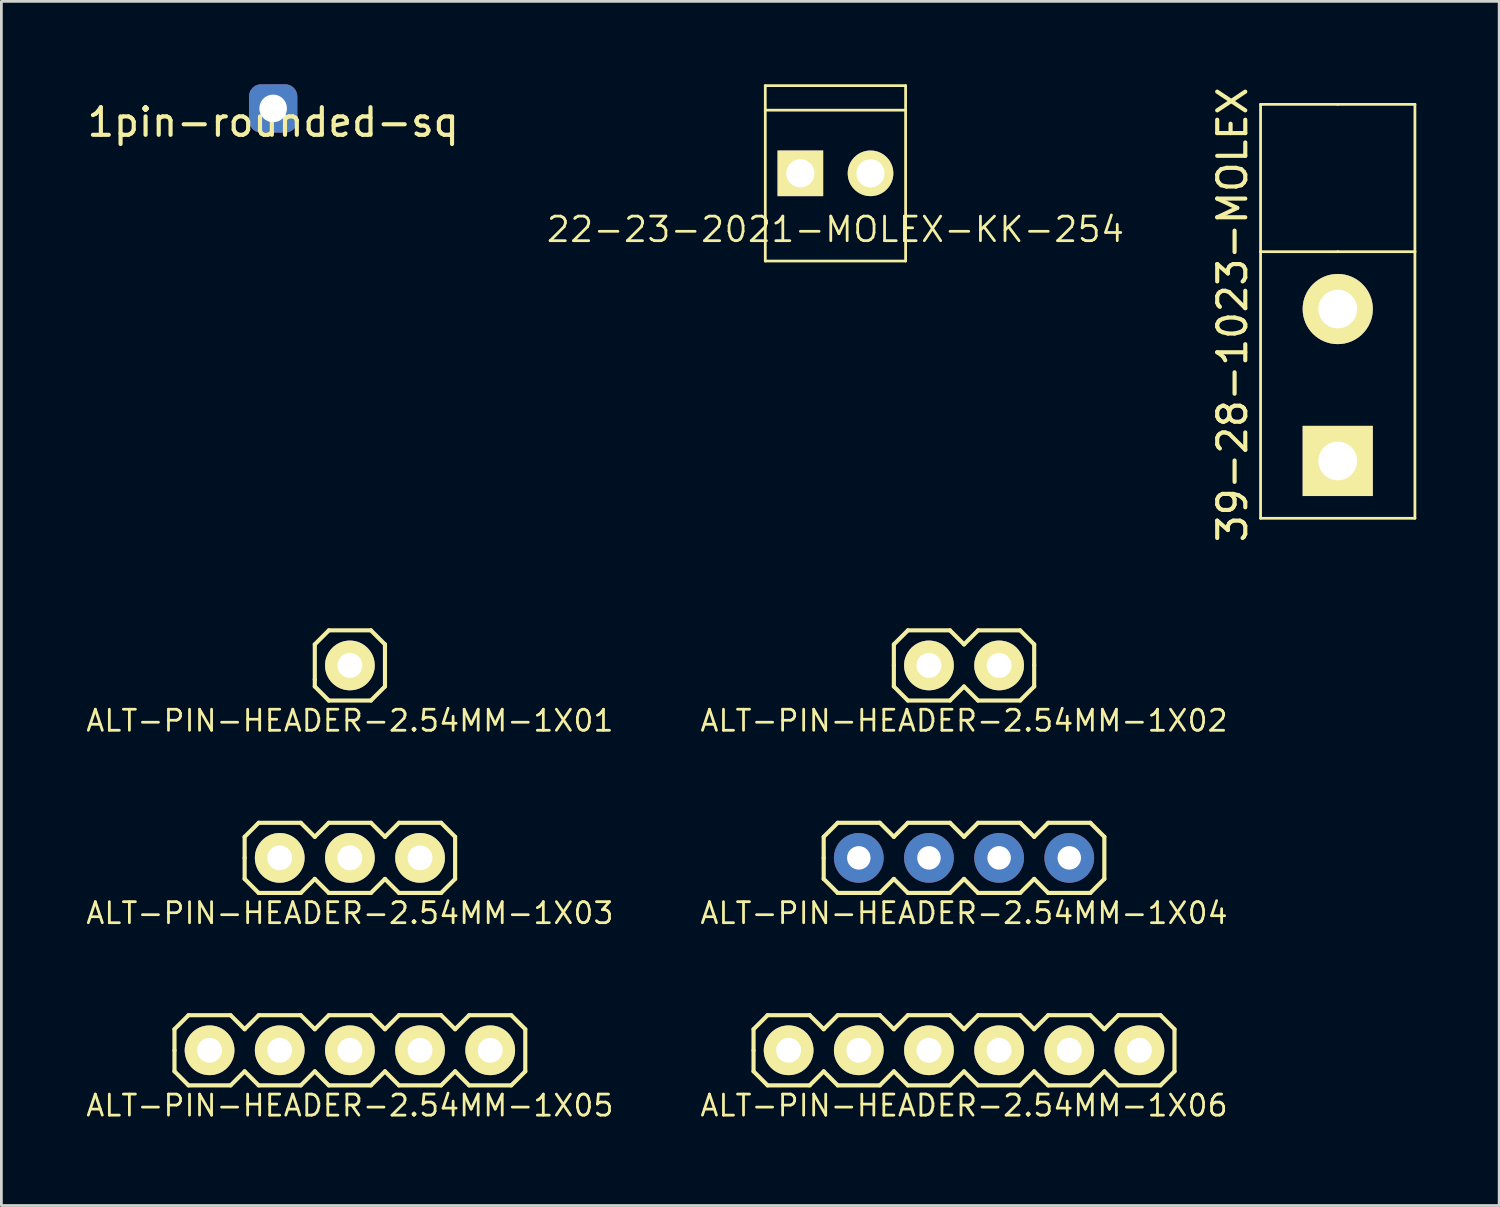
<source format=kicad_pcb>
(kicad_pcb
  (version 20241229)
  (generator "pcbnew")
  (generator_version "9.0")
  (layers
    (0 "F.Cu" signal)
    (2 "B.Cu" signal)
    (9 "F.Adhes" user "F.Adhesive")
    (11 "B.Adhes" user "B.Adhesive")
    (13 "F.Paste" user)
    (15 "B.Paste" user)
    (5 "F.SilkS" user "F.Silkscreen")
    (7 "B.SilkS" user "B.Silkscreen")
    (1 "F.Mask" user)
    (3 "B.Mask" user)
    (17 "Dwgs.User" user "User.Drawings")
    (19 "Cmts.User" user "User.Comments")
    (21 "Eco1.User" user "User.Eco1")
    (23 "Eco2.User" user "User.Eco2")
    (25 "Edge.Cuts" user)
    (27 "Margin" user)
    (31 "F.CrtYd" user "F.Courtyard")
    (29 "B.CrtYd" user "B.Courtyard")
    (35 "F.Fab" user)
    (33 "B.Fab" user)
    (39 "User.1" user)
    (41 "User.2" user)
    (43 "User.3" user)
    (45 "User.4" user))
  (footprint "ALT-PIN-HEADER-2.54MM-1X06"
    (layer "F.Cu")
    (at 31.851 34.974)
    (property "Reference" "ALT-PIN-HEADER-2.54MM-1X06" (at 0 2 0) (layer "F.SilkS") (effects (font (size 0.762 0.762) (thickness 0.1))))
    (attr through_hole)
    (fp_line (start -7.62 -0.762) (end -7.112 -1.27) (stroke (width 0.15) (type solid)) (layer "F.SilkS"))
    (fp_line (start -7.62 0) (end -7.62 -0.762) (stroke (width 0.15) (type solid)) (layer "F.SilkS"))
    (fp_line (start -7.62 0.762) (end -7.62 0) (stroke (width 0.15) (type solid)) (layer "F.SilkS"))
    (fp_line (start -7.112 -1.27) (end -5.588 -1.27) (stroke (width 0.15) (type solid)) (layer "F.SilkS"))
    (fp_line (start -7.112 1.27) (end -7.62 0.762) (stroke (width 0.15) (type solid)) (layer "F.SilkS"))
    (fp_line (start -5.588 -1.27) (end -5.08 -0.762) (stroke (width 0.15) (type solid)) (layer "F.SilkS"))
    (fp_line (start -5.588 1.27) (end -7.112 1.27) (stroke (width 0.15) (type solid)) (layer "F.SilkS"))
    (fp_line (start -5.08 -0.762) (end -4.572 -1.27) (stroke (width 0.15) (type solid)) (layer "F.SilkS"))
    (fp_line (start -5.08 0.762) (end -5.588 1.27) (stroke (width 0.15) (type solid)) (layer "F.SilkS"))
    (fp_line (start -4.572 -1.27) (end -3.048 -1.27) (stroke (width 0.15) (type solid)) (layer "F.SilkS"))
    (fp_line (start -4.572 1.27) (end -5.08 0.762) (stroke (width 0.15) (type solid)) (layer "F.SilkS"))
    (fp_line (start -3.048 -1.27) (end -2.54 -0.762) (stroke (width 0.15) (type solid)) (layer "F.SilkS"))
    (fp_line (start -3.048 1.27) (end -4.572 1.27) (stroke (width 0.15) (type solid)) (layer "F.SilkS"))
    (fp_line (start -2.54 -0.762) (end -2.032 -1.27) (stroke (width 0.15) (type solid)) (layer "F.SilkS"))
    (fp_line (start -2.54 0.762) (end -3.048 1.27) (stroke (width 0.15) (type solid)) (layer "F.SilkS"))
    (fp_line (start -2.032 -1.27) (end -0.508 -1.27) (stroke (width 0.15) (type solid)) (layer "F.SilkS"))
    (fp_line (start -2.032 1.27) (end -2.54 0.762) (stroke (width 0.15) (type solid)) (layer "F.SilkS"))
    (fp_line (start -0.508 -1.27) (end 0 -0.762) (stroke (width 0.15) (type solid)) (layer "F.SilkS"))
    (fp_line (start -0.508 1.27) (end -2.032 1.27) (stroke (width 0.15) (type solid)) (layer "F.SilkS"))
    (fp_line (start 0 -0.762) (end 0.508 -1.27) (stroke (width 0.15) (type solid)) (layer "F.SilkS"))
    (fp_line (start 0 0.762) (end -0.508 1.27) (stroke (width 0.15) (type solid)) (layer "F.SilkS"))
    (fp_line (start 0.508 -1.27) (end 2.032 -1.27) (stroke (width 0.15) (type solid)) (layer "F.SilkS"))
    (fp_line (start 0.508 1.27) (end 0 0.762) (stroke (width 0.15) (type solid)) (layer "F.SilkS"))
    (fp_line (start 2.032 -1.27) (end 2.54 -0.762) (stroke (width 0.15) (type solid)) (layer "F.SilkS"))
    (fp_line (start 2.032 1.27) (end 0.508 1.27) (stroke (width 0.15) (type solid)) (layer "F.SilkS"))
    (fp_line (start 2.54 -0.762) (end 3.048 -1.27) (stroke (width 0.15) (type solid)) (layer "F.SilkS"))
    (fp_line (start 2.54 0.762) (end 2.032 1.27) (stroke (width 0.15) (type solid)) (layer "F.SilkS"))
    (fp_line (start 3.048 -1.27) (end 4.572 -1.27) (stroke (width 0.15) (type solid)) (layer "F.SilkS"))
    (fp_line (start 3.048 1.27) (end 2.54 0.762) (stroke (width 0.15) (type solid)) (layer "F.SilkS"))
    (fp_line (start 4.572 -1.27) (end 5.08 -0.762) (stroke (width 0.15) (type solid)) (layer "F.SilkS"))
    (fp_line (start 4.572 1.27) (end 3.048 1.27) (stroke (width 0.15) (type solid)) (layer "F.SilkS"))
    (fp_line (start 5.08 -0.762) (end 5.588 -1.27) (stroke (width 0.15) (type solid)) (layer "F.SilkS"))
    (fp_line (start 5.08 0.762) (end 4.572 1.27) (stroke (width 0.15) (type solid)) (layer "F.SilkS"))
    (fp_line (start 5.588 -1.27) (end 7.112 -1.27) (stroke (width 0.15) (type solid)) (layer "F.SilkS"))
    (fp_line (start 5.588 1.27) (end 5.08 0.762) (stroke (width 0.15) (type solid)) (layer "F.SilkS"))
    (fp_line (start 7.112 -1.27) (end 7.62 -0.762) (stroke (width 0.15) (type solid)) (layer "F.SilkS"))
    (fp_line (start 7.112 1.27) (end 5.588 1.27) (stroke (width 0.15) (type solid)) (layer "F.SilkS"))
    (fp_line (start 7.62 -0.762) (end 7.62 0.762) (stroke (width 0.15) (type solid)) (layer "F.SilkS"))
    (fp_line (start 7.62 0.762) (end 7.112 1.27) (stroke (width 0.15) (type solid)) (layer "F.SilkS"))
    (pad "1" thru_hole circle (at -6.35 0) (size 1.8 1.8) (drill 0.9) (layers "*.Cu" "*.Mask" "F.SilkS"))
    (pad "2" thru_hole circle (at -3.81 0) (size 1.8 1.8) (drill 0.9) (layers "*.Cu" "*.Mask" "F.SilkS"))
    (pad "3" thru_hole circle (at -1.27 0) (size 1.8 1.8) (drill 0.9) (layers "*.Cu" "*.Mask" "F.SilkS"))
    (pad "4" thru_hole circle (at 1.27 0) (size 1.8 1.8) (drill 0.9) (layers "*.Cu" "*.Mask" "F.SilkS"))
    (pad "5" thru_hole circle (at 3.81 0) (size 1.8 1.8) (drill 0.9) (layers "*.Cu" "*.Mask" "F.SilkS"))
    (pad "6" thru_hole circle (at 6.35 0) (size 1.8 1.8) (drill 0.9) (layers "*.Cu" "*.Mask" "F.SilkS")))
  (footprint "ALT-PIN-HEADER-2.54MM-1X04"
    (layer "F.Cu")
    (at 31.851 28.008)
    (property "Reference" "ALT-PIN-HEADER-2.54MM-1X04" (at 0 2 0) (layer "F.SilkS") (effects (font (size 0.762 0.762) (thickness 0.1))))
    (attr through_hole)
    (fp_line (start -5.08 -0.762) (end -4.572 -1.27) (stroke (width 0.15) (type solid)) (layer "F.SilkS"))
    (fp_line (start -5.08 0) (end -5.08 -0.762) (stroke (width 0.15) (type solid)) (layer "F.SilkS"))
    (fp_line (start -5.08 0.762) (end -5.08 0) (stroke (width 0.15) (type solid)) (layer "F.SilkS"))
    (fp_line (start -4.572 -1.27) (end -3.048 -1.27) (stroke (width 0.15) (type solid)) (layer "F.SilkS"))
    (fp_line (start -4.572 1.27) (end -5.08 0.762) (stroke (width 0.15) (type solid)) (layer "F.SilkS"))
    (fp_line (start -3.048 -1.27) (end -2.54 -0.762) (stroke (width 0.15) (type solid)) (layer "F.SilkS"))
    (fp_line (start -3.048 1.27) (end -4.572 1.27) (stroke (width 0.15) (type solid)) (layer "F.SilkS"))
    (fp_line (start -2.54 -0.762) (end -2.032 -1.27) (stroke (width 0.15) (type solid)) (layer "F.SilkS"))
    (fp_line (start -2.54 0.762) (end -3.048 1.27) (stroke (width 0.15) (type solid)) (layer "F.SilkS"))
    (fp_line (start -2.032 -1.27) (end -0.508 -1.27) (stroke (width 0.15) (type solid)) (layer "F.SilkS"))
    (fp_line (start -2.032 1.27) (end -2.54 0.762) (stroke (width 0.15) (type solid)) (layer "F.SilkS"))
    (fp_line (start -0.508 -1.27) (end 0 -0.762) (stroke (width 0.15) (type solid)) (layer "F.SilkS"))
    (fp_line (start -0.508 1.27) (end -2.032 1.27) (stroke (width 0.15) (type solid)) (layer "F.SilkS"))
    (fp_line (start 0 -0.762) (end 0.508 -1.27) (stroke (width 0.15) (type solid)) (layer "F.SilkS"))
    (fp_line (start 0 0.762) (end -0.508 1.27) (stroke (width 0.15) (type solid)) (layer "F.SilkS"))
    (fp_line (start 0.508 -1.27) (end 2.032 -1.27) (stroke (width 0.15) (type solid)) (layer "F.SilkS"))
    (fp_line (start 0.508 1.27) (end 0 0.762) (stroke (width 0.15) (type solid)) (layer "F.SilkS"))
    (fp_line (start 2.032 -1.27) (end 2.54 -0.762) (stroke (width 0.15) (type solid)) (layer "F.SilkS"))
    (fp_line (start 2.032 1.27) (end 0.508 1.27) (stroke (width 0.15) (type solid)) (layer "F.SilkS"))
    (fp_line (start 2.54 -0.762) (end 3.048 -1.27) (stroke (width 0.15) (type solid)) (layer "F.SilkS"))
    (fp_line (start 2.54 0.762) (end 2.032 1.27) (stroke (width 0.15) (type solid)) (layer "F.SilkS"))
    (fp_line (start 3.048 -1.27) (end 4.572 -1.27) (stroke (width 0.15) (type solid)) (layer "F.SilkS"))
    (fp_line (start 3.048 1.27) (end 2.54 0.762) (stroke (width 0.15) (type solid)) (layer "F.SilkS"))
    (fp_line (start 4.572 -1.27) (end 5.08 -0.762) (stroke (width 0.15) (type solid)) (layer "F.SilkS"))
    (fp_line (start 4.572 1.27) (end 3.048 1.27) (stroke (width 0.15) (type solid)) (layer "F.SilkS"))
    (fp_line (start 5.08 -0.762) (end 5.08 0.762) (stroke (width 0.15) (type solid)) (layer "F.SilkS"))
    (fp_line (start 5.08 0.762) (end 4.572 1.27) (stroke (width 0.15) (type solid)) (layer "F.SilkS"))
    (pad "1" thru_hole circle (at -3.81 0) (size 1.8 1.8) (drill 0.85) (layers "*.Cu" "*.Mask"))
    (pad "2" thru_hole circle (at -1.27 0) (size 1.8 1.8) (drill 0.85) (layers "*.Cu" "*.Mask"))
    (pad "3" thru_hole circle (at 1.27 0) (size 1.8 1.8) (drill 0.85) (layers "*.Cu" "*.Mask"))
    (pad "4" thru_hole circle (at 3.81 0) (size 1.8 1.8) (drill 0.85) (layers "*.Cu" "*.Mask")))
  (footprint "ALT-PIN-HEADER-2.54MM-1X05"
    (layer "F.Cu")
    (at 9.617 34.974)
    (property "Reference" "ALT-PIN-HEADER-2.54MM-1X05" (at 0 2 0) (layer "F.SilkS") (effects (font (size 0.762 0.762) (thickness 0.1))))
    (attr through_hole)
    (fp_line (start -6.35 -0.762) (end -5.842 -1.27) (stroke (width 0.15) (type solid)) (layer "F.SilkS"))
    (fp_line (start -6.35 0) (end -6.35 -0.762) (stroke (width 0.15) (type solid)) (layer "F.SilkS"))
    (fp_line (start -6.35 0.762) (end -6.35 0) (stroke (width 0.15) (type solid)) (layer "F.SilkS"))
    (fp_line (start -5.842 -1.27) (end -4.318 -1.27) (stroke (width 0.15) (type solid)) (layer "F.SilkS"))
    (fp_line (start -5.842 1.27) (end -6.35 0.762) (stroke (width 0.15) (type solid)) (layer "F.SilkS"))
    (fp_line (start -4.318 -1.27) (end -3.81 -0.762) (stroke (width 0.15) (type solid)) (layer "F.SilkS"))
    (fp_line (start -4.318 1.27) (end -5.842 1.27) (stroke (width 0.15) (type solid)) (layer "F.SilkS"))
    (fp_line (start -3.81 -0.762) (end -3.302 -1.27) (stroke (width 0.15) (type solid)) (layer "F.SilkS"))
    (fp_line (start -3.81 0.762) (end -4.318 1.27) (stroke (width 0.15) (type solid)) (layer "F.SilkS"))
    (fp_line (start -3.302 -1.27) (end -1.778 -1.27) (stroke (width 0.15) (type solid)) (layer "F.SilkS"))
    (fp_line (start -3.302 1.27) (end -3.81 0.762) (stroke (width 0.15) (type solid)) (layer "F.SilkS"))
    (fp_line (start -1.778 -1.27) (end -1.27 -0.762) (stroke (width 0.15) (type solid)) (layer "F.SilkS"))
    (fp_line (start -1.778 1.27) (end -3.302 1.27) (stroke (width 0.15) (type solid)) (layer "F.SilkS"))
    (fp_line (start -1.27 -0.762) (end -0.762 -1.27) (stroke (width 0.15) (type solid)) (layer "F.SilkS"))
    (fp_line (start -1.27 0.762) (end -1.778 1.27) (stroke (width 0.15) (type solid)) (layer "F.SilkS"))
    (fp_line (start -0.762 -1.27) (end 0.762 -1.27) (stroke (width 0.15) (type solid)) (layer "F.SilkS"))
    (fp_line (start -0.762 1.27) (end -1.27 0.762) (stroke (width 0.15) (type solid)) (layer "F.SilkS"))
    (fp_line (start 0.762 -1.27) (end 1.27 -0.762) (stroke (width 0.15) (type solid)) (layer "F.SilkS"))
    (fp_line (start 0.762 1.27) (end -0.762 1.27) (stroke (width 0.15) (type solid)) (layer "F.SilkS"))
    (fp_line (start 1.27 -0.762) (end 1.778 -1.27) (stroke (width 0.15) (type solid)) (layer "F.SilkS"))
    (fp_line (start 1.27 0.762) (end 0.762 1.27) (stroke (width 0.15) (type solid)) (layer "F.SilkS"))
    (fp_line (start 1.778 -1.27) (end 3.302 -1.27) (stroke (width 0.15) (type solid)) (layer "F.SilkS"))
    (fp_line (start 1.778 1.27) (end 1.27 0.762) (stroke (width 0.15) (type solid)) (layer "F.SilkS"))
    (fp_line (start 3.302 -1.27) (end 3.81 -0.762) (stroke (width 0.15) (type solid)) (layer "F.SilkS"))
    (fp_line (start 3.302 1.27) (end 1.778 1.27) (stroke (width 0.15) (type solid)) (layer "F.SilkS"))
    (fp_line (start 3.81 -0.762) (end 4.318 -1.27) (stroke (width 0.15) (type solid)) (layer "F.SilkS"))
    (fp_line (start 3.81 0.762) (end 3.302 1.27) (stroke (width 0.15) (type solid)) (layer "F.SilkS"))
    (fp_line (start 4.318 -1.27) (end 5.842 -1.27) (stroke (width 0.15) (type solid)) (layer "F.SilkS"))
    (fp_line (start 4.318 1.27) (end 3.81 0.762) (stroke (width 0.15) (type solid)) (layer "F.SilkS"))
    (fp_line (start 5.842 -1.27) (end 6.35 -0.762) (stroke (width 0.15) (type solid)) (layer "F.SilkS"))
    (fp_line (start 5.842 1.27) (end 4.318 1.27) (stroke (width 0.15) (type solid)) (layer "F.SilkS"))
    (fp_line (start 6.35 -0.762) (end 6.35 0.762) (stroke (width 0.15) (type solid)) (layer "F.SilkS"))
    (fp_line (start 6.35 0.762) (end 5.842 1.27) (stroke (width 0.15) (type solid)) (layer "F.SilkS"))
    (pad "1" thru_hole circle (at -5.08 0) (size 1.8 1.8) (drill 0.9) (layers "*.Cu" "*.Mask" "F.SilkS"))
    (pad "2" thru_hole circle (at -2.54 0) (size 1.8 1.8) (drill 0.9) (layers "*.Cu" "*.Mask" "F.SilkS"))
    (pad "3" thru_hole circle (at 0 0) (size 1.8 1.8) (drill 0.9) (layers "*.Cu" "*.Mask" "F.SilkS"))
    (pad "4" thru_hole circle (at 2.54 0) (size 1.8 1.8) (drill 0.9) (layers "*.Cu" "*.Mask" "F.SilkS"))
    (pad "5" thru_hole circle (at 5.08 0) (size 1.8 1.8) (drill 0.9) (layers "*.Cu" "*.Mask" "F.SilkS")))
  (footprint "ALT-PIN-HEADER-2.54MM-1X01"
    (layer "F.Cu")
    (at 9.617 21.041)
    (property "Reference" "ALT-PIN-HEADER-2.54MM-1X01" (at 0 2 0) (layer "F.SilkS") (effects (font (size 0.762 0.762) (thickness 0.1))))
    (attr through_hole)
    (fp_line (start -1.27 -0.762) (end -1.27 0.508) (stroke (width 0.15) (type solid)) (layer "F.SilkS"))
    (fp_line (start -1.27 0.508) (end -1.27 0.762) (stroke (width 0.15) (type solid)) (layer "F.SilkS"))
    (fp_line (start -1.27 0.762) (end -0.762 1.27) (stroke (width 0.15) (type solid)) (layer "F.SilkS"))
    (fp_line (start -0.762 -1.27) (end -1.27 -0.762) (stroke (width 0.15) (type solid)) (layer "F.SilkS"))
    (fp_line (start -0.762 1.27) (end 0.762 1.27) (stroke (width 0.15) (type solid)) (layer "F.SilkS"))
    (fp_line (start 0.762 -1.27) (end -0.762 -1.27) (stroke (width 0.15) (type solid)) (layer "F.SilkS"))
    (fp_line (start 0.762 1.27) (end 1.27 0.762) (stroke (width 0.15) (type solid)) (layer "F.SilkS"))
    (fp_line (start 1.27 -0.762) (end 0.762 -1.27) (stroke (width 0.15) (type solid)) (layer "F.SilkS"))
    (fp_line (start 1.27 0.762) (end 1.27 -0.762) (stroke (width 0.15) (type solid)) (layer "F.SilkS"))
    (pad "1" thru_hole circle (at 0 0) (size 1.8 1.8) (drill 0.9) (layers "*.Cu" "*.Mask" "F.SilkS")))
  (footprint "ALT-PIN-HEADER-2.54MM-1X03"
    (layer "F.Cu")
    (at 9.617 28.008)
    (property "Reference" "ALT-PIN-HEADER-2.54MM-1X03" (at 0 2 0) (layer "F.SilkS") (effects (font (size 0.762 0.762) (thickness 0.1))))
    (attr through_hole)
    (fp_line (start -3.81 -0.762) (end -3.302 -1.27) (stroke (width 0.15) (type solid)) (layer "F.SilkS"))
    (fp_line (start -3.81 0) (end -3.81 -0.762) (stroke (width 0.15) (type solid)) (layer "F.SilkS"))
    (fp_line (start -3.81 0.762) (end -3.81 0) (stroke (width 0.15) (type solid)) (layer "F.SilkS"))
    (fp_line (start -3.302 -1.27) (end -1.778 -1.27) (stroke (width 0.15) (type solid)) (layer "F.SilkS"))
    (fp_line (start -3.302 1.27) (end -3.81 0.762) (stroke (width 0.15) (type solid)) (layer "F.SilkS"))
    (fp_line (start -1.778 -1.27) (end -1.27 -0.762) (stroke (width 0.15) (type solid)) (layer "F.SilkS"))
    (fp_line (start -1.778 1.27) (end -3.302 1.27) (stroke (width 0.15) (type solid)) (layer "F.SilkS"))
    (fp_line (start -1.27 -0.762) (end -0.762 -1.27) (stroke (width 0.15) (type solid)) (layer "F.SilkS"))
    (fp_line (start -1.27 0.762) (end -1.778 1.27) (stroke (width 0.15) (type solid)) (layer "F.SilkS"))
    (fp_line (start -0.762 -1.27) (end 0.762 -1.27) (stroke (width 0.15) (type solid)) (layer "F.SilkS"))
    (fp_line (start -0.762 1.27) (end -1.27 0.762) (stroke (width 0.15) (type solid)) (layer "F.SilkS"))
    (fp_line (start 0.762 -1.27) (end 1.27 -0.762) (stroke (width 0.15) (type solid)) (layer "F.SilkS"))
    (fp_line (start 0.762 1.27) (end -0.762 1.27) (stroke (width 0.15) (type solid)) (layer "F.SilkS"))
    (fp_line (start 1.27 -0.762) (end 1.778 -1.27) (stroke (width 0.15) (type solid)) (layer "F.SilkS"))
    (fp_line (start 1.27 0.762) (end 0.762 1.27) (stroke (width 0.15) (type solid)) (layer "F.SilkS"))
    (fp_line (start 1.778 -1.27) (end 3.302 -1.27) (stroke (width 0.15) (type solid)) (layer "F.SilkS"))
    (fp_line (start 1.778 1.27) (end 1.27 0.762) (stroke (width 0.15) (type solid)) (layer "F.SilkS"))
    (fp_line (start 3.302 -1.27) (end 3.81 -0.762) (stroke (width 0.15) (type solid)) (layer "F.SilkS"))
    (fp_line (start 3.302 1.27) (end 1.778 1.27) (stroke (width 0.15) (type solid)) (layer "F.SilkS"))
    (fp_line (start 3.81 -0.762) (end 3.81 0.762) (stroke (width 0.15) (type solid)) (layer "F.SilkS"))
    (fp_line (start 3.81 0.762) (end 3.302 1.27) (stroke (width 0.15) (type solid)) (layer "F.SilkS"))
    (pad "1" thru_hole circle (at -2.54 0) (size 1.8 1.8) (drill 0.9) (layers "*.Cu" "*.Mask" "F.SilkS"))
    (pad "2" thru_hole circle (at 0 0) (size 1.8 1.8) (drill 0.9) (layers "*.Cu" "*.Mask" "F.SilkS"))
    (pad "3" thru_hole circle (at 2.54 0) (size 1.8 1.8) (drill 0.9) (layers "*.Cu" "*.Mask" "F.SilkS")))
  (footprint "39-28-1023-MOLEX"
    (layer "F.Cu")
    (at 45.381 10.888)
    (property "Reference" "39-28-1023-MOLEX" (at -3.81 -2.54 90) (layer "F.SilkS") (effects (font (size 1.016 1.016) (thickness 0.15))))
    (attr through_hole)
    (fp_line (start -2.794 -10.16) (end -2.794 -4.826) (stroke (width 0.1) (type solid)) (layer "F.SilkS"))
    (fp_line (start -2.794 -4.826) (end 0 -4.826) (stroke (width 0.1) (type solid)) (layer "F.SilkS"))
    (fp_line (start -2.794 4.826) (end -2.794 -4.826) (stroke (width 0.1) (type solid)) (layer "F.SilkS"))
    (fp_line (start 0 -10.16) (end -2.794 -10.16) (stroke (width 0.1) (type solid)) (layer "F.SilkS"))
    (fp_line (start 0 -10.16) (end 2.794 -10.16) (stroke (width 0.1) (type solid)) (layer "F.SilkS"))
    (fp_line (start 0 -4.826) (end 2.794 -4.826) (stroke (width 0.1) (type solid)) (layer "F.SilkS"))
    (fp_line (start 2.794 -10.16) (end 2.794 -4.826) (stroke (width 0.1) (type solid)) (layer "F.SilkS"))
    (fp_line (start 2.794 -4.826) (end 2.794 4.826) (stroke (width 0.1) (type solid)) (layer "F.SilkS"))
    (fp_line (start 2.794 4.826) (end -2.794 4.826) (stroke (width 0.1) (type solid)) (layer "F.SilkS"))
    (pad "1" thru_hole circle (at 0 -2.75) (size 2.54 2.54) (drill 1.4) (layers "*.Cu" "*.Mask" "F.SilkS"))
    (pad "2" thru_hole rect (at 0 2.75) (size 2.54 2.54) (drill 1.4) (layers "*.Cu" "*.Mask" "F.SilkS")))
  (footprint "22-23-2021-MOLEX-KK-254"
    (layer "F.Cu")
    (at 27.196 3.225)
    (property "Reference" "22-23-2021-MOLEX-KK-254" (at 0 2.032 0) (layer "F.SilkS") (effects (font (size 0.889 0.889) (thickness 0.1))))
    (attr through_hole)
    (fp_line (start -2.54 -3.175) (end 2.54 -3.175) (stroke (width 0.1) (type solid)) (layer "F.SilkS"))
    (fp_line (start -2.54 -2.286) (end 2.54 -2.286) (stroke (width 0.1) (type solid)) (layer "F.SilkS"))
    (fp_line (start -2.54 3.175) (end -2.54 -3.175) (stroke (width 0.1) (type solid)) (layer "F.SilkS"))
    (fp_line (start 2.54 -3.175) (end 2.54 3.175) (stroke (width 0.1) (type solid)) (layer "F.SilkS"))
    (fp_line (start 2.54 3.175) (end -2.54 3.175) (stroke (width 0.1) (type solid)) (layer "F.SilkS"))
    (pad "1" thru_hole rect (at -1.27 0) (size 1.651 1.651) (drill 1.02) (layers "*.Cu" "*.Mask" "F.SilkS"))
    (pad "2" thru_hole circle (at 1.27 0) (size 1.651 1.651) (drill 1.02) (layers "*.Cu" "*.Mask" "F.SilkS")))
  (footprint "1pin-rounded-sq"
    (layer "F.Cu")
    (at 6.839 0.875)
    (property "Reference" "1pin-rounded-sq" (at 0 0.5 0) (layer "F.SilkS") (effects (font (size 1 1) (thickness 0.15))))
    (attr through_hole)
    (pad "1" thru_hole roundrect (at 0 0) (size 1.75 1.75) (drill 1) (layers "*.Cu" "*.Mask") (roundrect_rratio 0.25)))
  (footprint "ALT-PIN-HEADER-2.54MM-1X02"
    (layer "F.Cu")
    (at 31.851 21.041)
    (property "Reference" "ALT-PIN-HEADER-2.54MM-1X02" (at 0 2 0) (layer "F.SilkS") (effects (font (size 0.762 0.762) (thickness 0.1))))
    (attr through_hole)
    (fp_line (start -2.54 -0.762) (end -2.032 -1.27) (stroke (width 0.15) (type solid)) (layer "F.SilkS"))
    (fp_line (start -2.54 0) (end -2.54 -0.762) (stroke (width 0.15) (type solid)) (layer "F.SilkS"))
    (fp_line (start -2.54 0.762) (end -2.54 0) (stroke (width 0.15) (type solid)) (layer "F.SilkS"))
    (fp_line (start -2.032 -1.27) (end -0.508 -1.27) (stroke (width 0.15) (type solid)) (layer "F.SilkS"))
    (fp_line (start -2.032 1.27) (end -2.54 0.762) (stroke (width 0.15) (type solid)) (layer "F.SilkS"))
    (fp_line (start -0.508 -1.27) (end 0 -0.762) (stroke (width 0.15) (type solid)) (layer "F.SilkS"))
    (fp_line (start -0.508 1.27) (end -2.032 1.27) (stroke (width 0.15) (type solid)) (layer "F.SilkS"))
    (fp_line (start 0 -0.762) (end 0.508 -1.27) (stroke (width 0.15) (type solid)) (layer "F.SilkS"))
    (fp_line (start 0 0.762) (end -0.508 1.27) (stroke (width 0.15) (type solid)) (layer "F.SilkS"))
    (fp_line (start 0.508 -1.27) (end 2.032 -1.27) (stroke (width 0.15) (type solid)) (layer "F.SilkS"))
    (fp_line (start 0.508 1.27) (end 0 0.762) (stroke (width 0.15) (type solid)) (layer "F.SilkS"))
    (fp_line (start 2.032 -1.27) (end 2.54 -0.762) (stroke (width 0.15) (type solid)) (layer "F.SilkS"))
    (fp_line (start 2.032 1.27) (end 0.508 1.27) (stroke (width 0.15) (type solid)) (layer "F.SilkS"))
    (fp_line (start 2.54 -0.762) (end 2.54 0) (stroke (width 0.15) (type solid)) (layer "F.SilkS"))
    (fp_line (start 2.54 0) (end 2.54 0.762) (stroke (width 0.15) (type solid)) (layer "F.SilkS"))
    (fp_line (start 2.54 0.762) (end 2.032 1.27) (stroke (width 0.15) (type solid)) (layer "F.SilkS"))
    (pad "1" thru_hole circle (at -1.27 0) (size 1.8 1.8) (drill 0.9) (layers "*.Cu" "*.Mask" "F.SilkS"))
    (pad "2" thru_hole circle (at 1.27 0) (size 1.8 1.8) (drill 0.9) (layers "*.Cu" "*.Mask" "F.SilkS")))
  (gr_rect
    (start -3 -3)
    (end 51.225 40.595)
    (stroke (width 0.1) (type default))
    (fill no)
    (layer "Edge.Cuts")))
</source>
